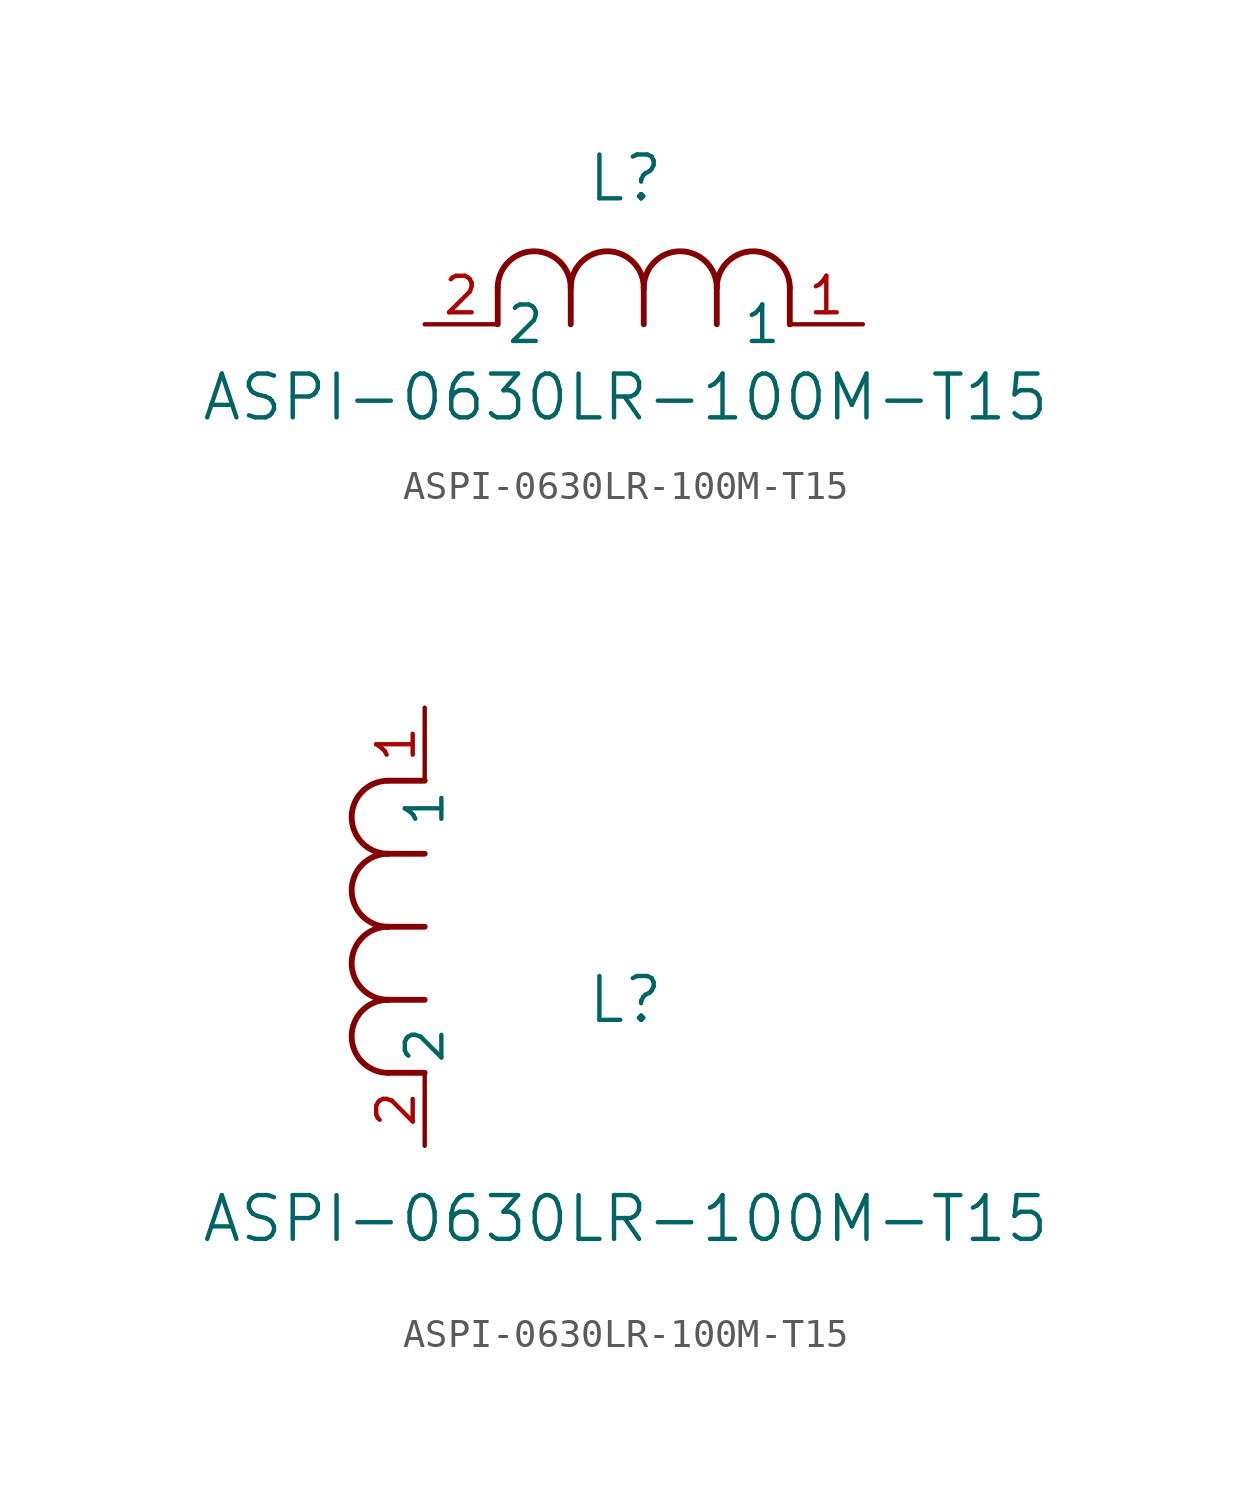
<source format=kicad_sym>
(kicad_symbol_lib
  (version 20241209)
  (generator "kicad_symbol_editor")
  (generator_version "9.0")
  (symbol "ASPI-0630LR-100M-T15"
    (pin_names
      (offset 0.254))
    (property "Reference" "L"
      (at 6.985 5.08 0)
      (effects (font (size 1.524 1.524))))
    (property "Value" "ASPI-0630LR-100M-T15"
      (at 6.985 -2.54 0)
      (effects (font (size 1.524 1.524))))
    (property "ki_locked" ""
      (at 0 0 0)
      (effects (font (size 1.27 1.27))))
    (symbol "ASPI-0630LR-100M-T15_1_1"
      (polyline (pts (xy 2.54 0) (xy 2.54 1.27)) (stroke (width 0.203) (type default)) (fill (type none)))
      (arc (start 2.54 1.27) (mid 3.81 2.5344) (end 5.08 1.27) (stroke (width 0.2032) (type default)) (fill (type none)))
      (polyline (pts (xy 5.08 0) (xy 5.08 1.27)) (stroke (width 0.203) (type default)) (fill (type none)))
      (arc (start 5.08 1.27) (mid 6.35 2.5344) (end 7.62 1.27) (stroke (width 0.2032) (type default)) (fill (type none)))
      (polyline (pts (xy 7.62 0) (xy 7.62 1.27)) (stroke (width 0.203) (type default)) (fill (type none)))
      (arc (start 7.62 1.27) (mid 8.89 2.5344) (end 10.16 1.27) (stroke (width 0.2032) (type default)) (fill (type none)))
      (polyline (pts (xy 10.16 0) (xy 10.16 1.27)) (stroke (width 0.203) (type default)) (fill (type none)))
      (arc (start 10.16 1.27) (mid 11.43 2.5344) (end 12.7 1.27) (stroke (width 0.2032) (type default)) (fill (type none)))
      (polyline (pts (xy 12.7 0) (xy 12.7 1.27)) (stroke (width 0.203) (type default)) (fill (type none)))
      (pin passive line (at 0 0 0) (length 2.54) (name "2" (effects (font (size 1.27 1.27)))) (number "2" (effects (font (size 1.27 1.27)))))
      (pin passive line (at 15.24 0 180) (length 2.54) (name "1" (effects (font (size 1.27 1.27)))) (number "1" (effects (font (size 1.27 1.27))))))
    (symbol "ASPI-0630LR-100M-T15_1_2"
      (arc (start -1.27 10.16) (mid -2.5344 11.43) (end -1.27 12.7) (stroke (width 0.2032) (type default)) (fill (type none)))
      (arc (start -1.27 7.62) (mid -2.5344 8.89) (end -1.27 10.16) (stroke (width 0.2032) (type default)) (fill (type none)))
      (arc (start -1.27 5.08) (mid -2.5344 6.35) (end -1.27 7.62) (stroke (width 0.2032) (type default)) (fill (type none)))
      (arc (start -1.27 2.54) (mid -2.5344 3.81) (end -1.27 5.08) (stroke (width 0.2032) (type default)) (fill (type none)))
      (polyline (pts (xy 0 12.7) (xy -1.27 12.7)) (stroke (width 0.203) (type default)) (fill (type none)))
      (polyline (pts (xy 0 10.16) (xy -1.27 10.16)) (stroke (width 0.203) (type default)) (fill (type none)))
      (polyline (pts (xy 0 7.62) (xy -1.27 7.62)) (stroke (width 0.203) (type default)) (fill (type none)))
      (polyline (pts (xy 0 5.08) (xy -1.27 5.08)) (stroke (width 0.203) (type default)) (fill (type none)))
      (polyline (pts (xy 0 2.54) (xy -1.27 2.54)) (stroke (width 0.203) (type default)) (fill (type none)))
      (pin unspecified line (at 0 15.24 270) (length 2.54) (name "1" (effects (font (size 1.27 1.27)))) (number "1" (effects (font (size 1.27 1.27)))))
      (pin unspecified line (at 0 0 90) (length 2.54) (name "2" (effects (font (size 1.27 1.27)))) (number "2" (effects (font (size 1.27 1.27))))))))
</source>
